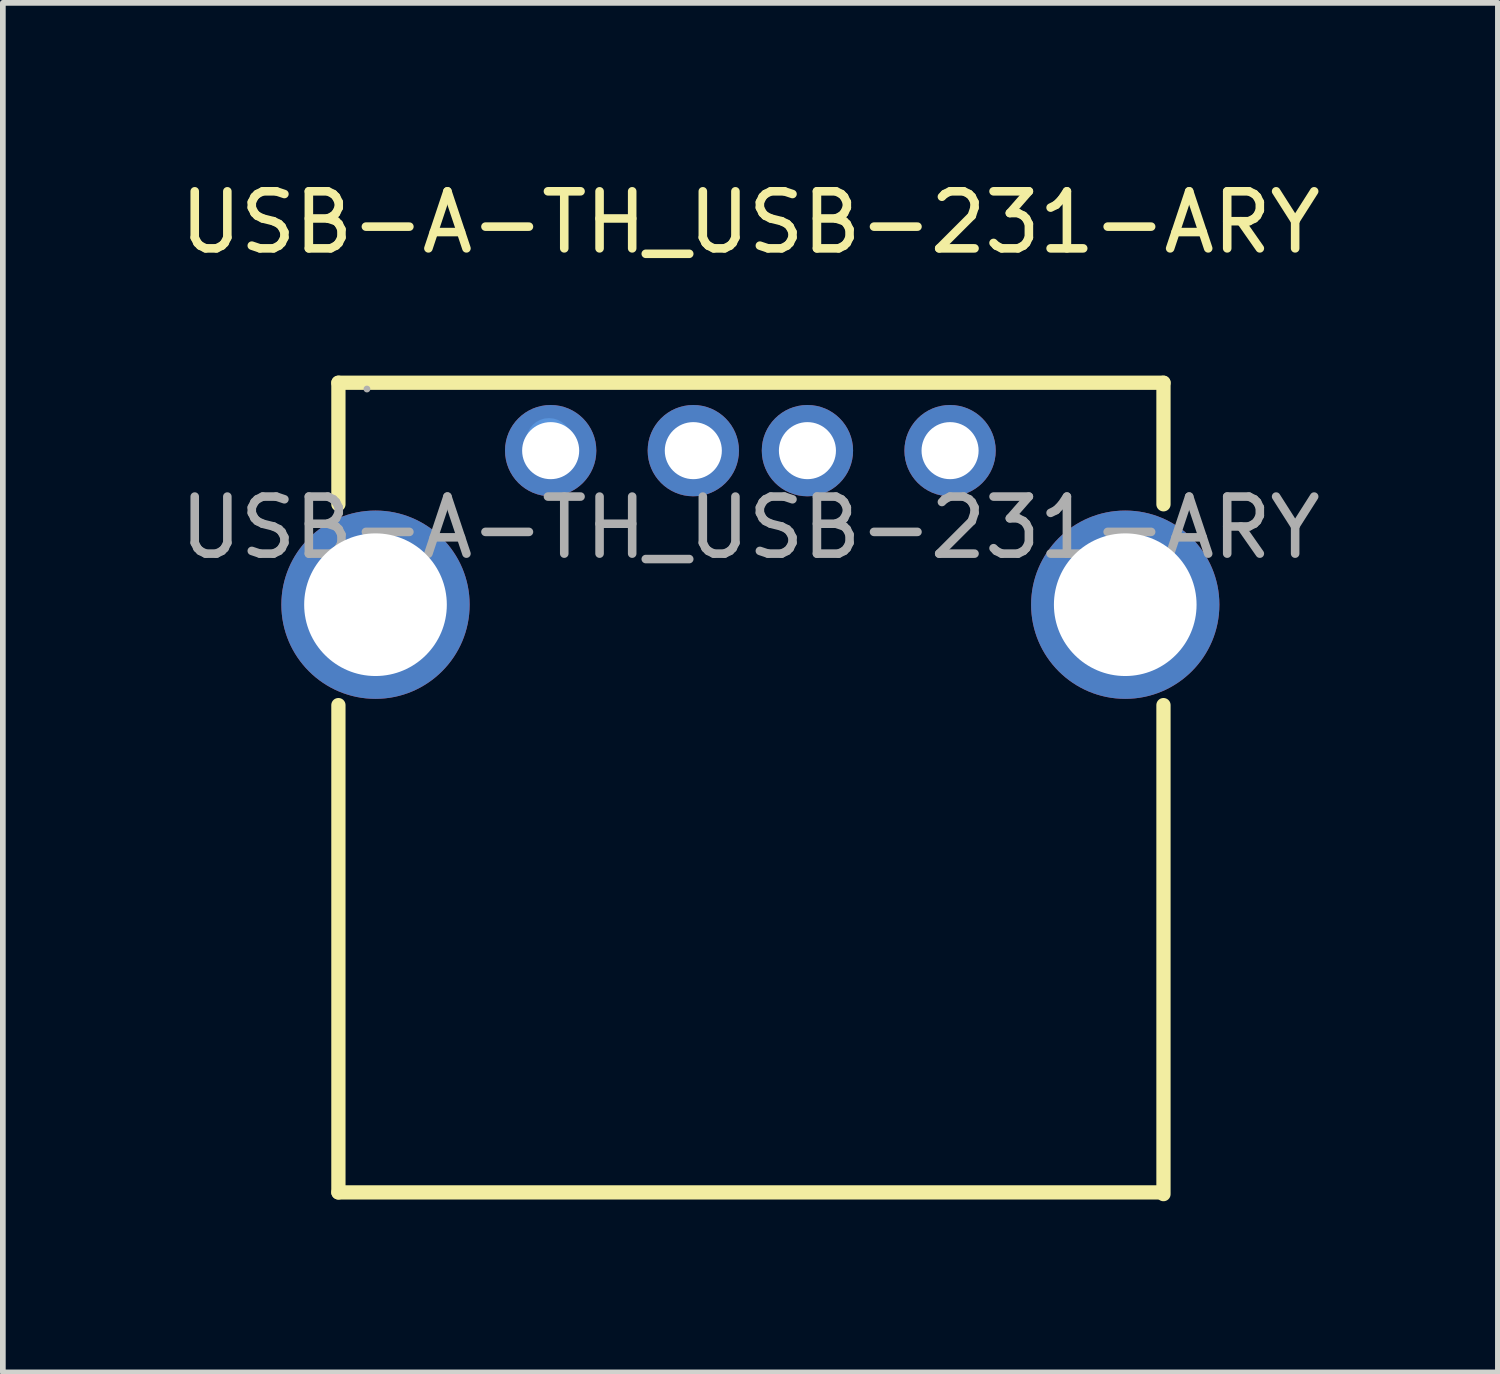
<source format=kicad_pcb>
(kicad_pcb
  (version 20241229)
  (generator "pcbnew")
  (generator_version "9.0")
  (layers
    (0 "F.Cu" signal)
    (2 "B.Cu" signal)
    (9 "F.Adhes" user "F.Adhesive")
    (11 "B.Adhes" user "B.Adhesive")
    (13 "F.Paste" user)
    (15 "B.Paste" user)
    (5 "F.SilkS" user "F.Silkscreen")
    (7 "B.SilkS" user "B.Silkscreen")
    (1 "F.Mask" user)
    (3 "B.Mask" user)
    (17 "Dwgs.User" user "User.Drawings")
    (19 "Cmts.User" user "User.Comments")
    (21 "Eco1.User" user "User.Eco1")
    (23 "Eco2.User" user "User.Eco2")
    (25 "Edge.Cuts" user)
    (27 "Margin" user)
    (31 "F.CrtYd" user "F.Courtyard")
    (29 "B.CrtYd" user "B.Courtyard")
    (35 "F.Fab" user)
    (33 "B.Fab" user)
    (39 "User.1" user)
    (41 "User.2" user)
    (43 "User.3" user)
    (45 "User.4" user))
  (footprint "USB-A-TH_USB-231-ARY"
    (layer "F.Cu")
    (at 10.101 6.198)
    (property "Reference" "USB-A-TH_USB-231-ARY" (at 0 -5.35 0) (layer "F.SilkS") (effects (font (size 1 1) (thickness 0.15))))
    (attr through_hole)
    (fp_line (start -7.22 -2.54) (end 7.24 -2.54) (stroke (width 0.25) (type solid)) (layer "F.SilkS"))
    (fp_line (start -7.22 -0.41) (end -7.22 -2.54) (stroke (width 0.25) (type solid)) (layer "F.SilkS"))
    (fp_line (start -7.22 11.65) (end -7.22 3.11) (stroke (width 0.25) (type solid)) (layer "F.SilkS"))
    (fp_line (start 7.23 11.65) (end -7.22 11.65) (stroke (width 0.25) (type solid)) (layer "F.SilkS"))
    (fp_line (start 7.24 -2.54) (end 7.24 -0.41) (stroke (width 0.25) (type solid)) (layer "F.SilkS"))
    (fp_line (start 7.24 3.11) (end 7.24 11.68) (stroke (width 0.25) (type solid)) (layer "F.SilkS"))
    (fp_circle (center -3.53 -1.52) (end -3.33 -1.52) (stroke (width 0.4) (type solid)) (fill no) (layer "Cmts.User"))
    (fp_circle (center -6.72 -2.43) (end -6.69 -2.43) (stroke (width 0.06) (type solid)) (fill no) (layer "F.Fab"))
    (fp_text user "${REFERENCE}" (at 0 0 0) (layer "F.Fab") (effects (font (size 1 1) (thickness 0.15))))
    (pad "1" thru_hole circle (at -3.5 -1.35) (size 1.6 1.6) (drill 1) (layers "*.Cu" "*.Mask"))
    (pad "2" thru_hole circle (at -1 -1.35) (size 1.6 1.6) (drill 1) (layers "*.Cu" "*.Mask"))
    (pad "3" thru_hole circle (at 1 -1.35) (size 1.6 1.6) (drill 1) (layers "*.Cu" "*.Mask"))
    (pad "4" thru_hole circle (at 3.5 -1.35) (size 1.6 1.6) (drill 1) (layers "*.Cu" "*.Mask"))
    (pad "5" thru_hole circle (at -6.57 1.35) (size 3.3 3.3) (drill 2.5) (layers "*.Cu" "*.Mask"))
    (pad "5" thru_hole circle (at 6.57 1.35) (size 3.3 3.3) (drill 2.5) (layers "*.Cu" "*.Mask")))
  (gr_rect
    (start -3 -3)
    (end 23.202 21.003)
    (stroke (width 0.1) (type default))
    (fill no)
    (layer "Edge.Cuts")))
</source>
